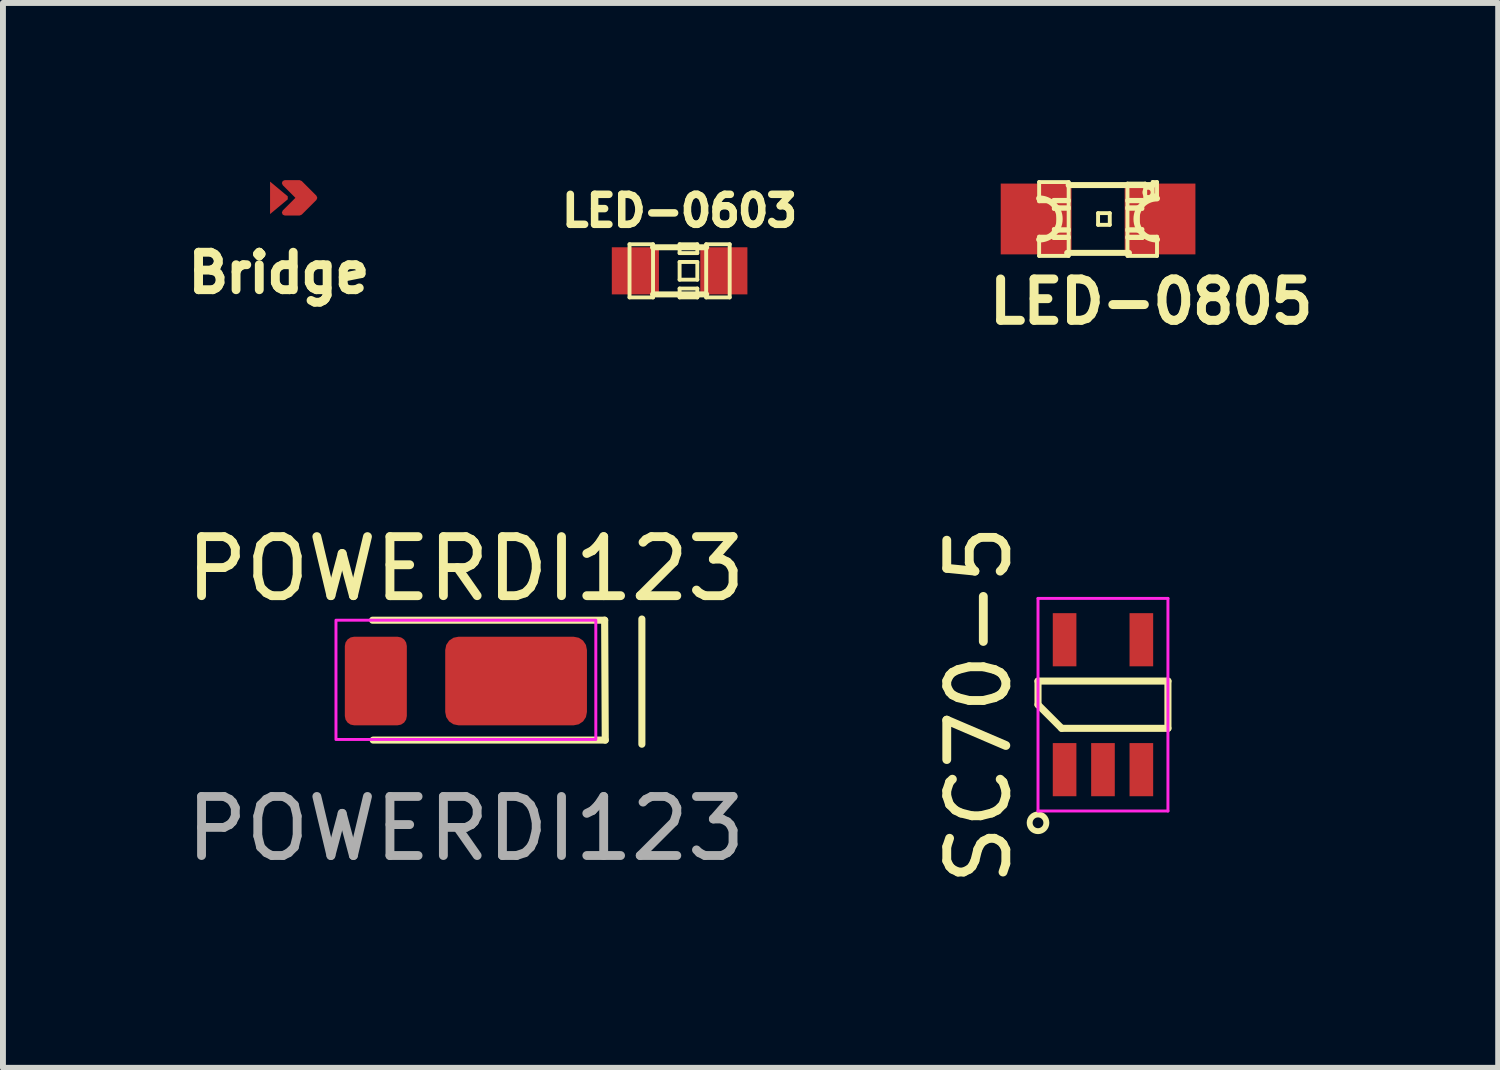
<source format=kicad_pcb>
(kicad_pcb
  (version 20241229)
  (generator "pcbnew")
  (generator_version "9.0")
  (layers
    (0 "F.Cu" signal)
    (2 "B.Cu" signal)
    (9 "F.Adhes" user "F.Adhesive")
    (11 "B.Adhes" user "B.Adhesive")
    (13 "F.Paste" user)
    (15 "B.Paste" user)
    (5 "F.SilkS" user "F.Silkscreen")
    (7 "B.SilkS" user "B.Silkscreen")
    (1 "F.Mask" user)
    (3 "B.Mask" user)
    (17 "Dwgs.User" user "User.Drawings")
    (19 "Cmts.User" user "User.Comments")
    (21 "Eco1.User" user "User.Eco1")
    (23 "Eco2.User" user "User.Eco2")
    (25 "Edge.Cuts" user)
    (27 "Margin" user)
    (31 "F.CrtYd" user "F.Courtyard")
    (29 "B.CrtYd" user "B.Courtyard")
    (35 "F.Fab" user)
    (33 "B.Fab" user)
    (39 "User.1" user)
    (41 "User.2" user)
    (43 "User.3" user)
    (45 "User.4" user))
  (footprint "LED-0805"
    (layer "F.Cu")
    (at 15.544 0.658)
    (property "Reference" "LED-0805" (at 0.9 1.4 0) (layer "F.SilkS") (effects (font (size 0.7 0.7) (thickness 0.152))))
    (attr smd)
    (fp_line (start -0.998 -0.625) (end -0.998 -0.3) (stroke (width 0.066) (type solid)) (layer "F.SilkS"))
    (fp_line (start -0.998 -0.625) (end -0.498 -0.625) (stroke (width 0.066) (type solid)) (layer "F.SilkS"))
    (fp_line (start -0.998 -0.3) (end -0.498 -0.3) (stroke (width 0.066) (type solid)) (layer "F.SilkS"))
    (fp_line (start -0.998 0.3) (end -0.998 0.625) (stroke (width 0.066) (type solid)) (layer "F.SilkS"))
    (fp_line (start -0.998 0.3) (end -0.498 0.3) (stroke (width 0.066) (type solid)) (layer "F.SilkS"))
    (fp_line (start -0.998 0.625) (end -0.498 0.625) (stroke (width 0.066) (type solid)) (layer "F.SilkS"))
    (fp_line (start -0.749 -0.323) (end -0.749 -0.173) (stroke (width 0.066) (type solid)) (layer "F.SilkS"))
    (fp_line (start -0.749 -0.323) (end -0.498 -0.323) (stroke (width 0.066) (type solid)) (layer "F.SilkS"))
    (fp_line (start -0.749 -0.173) (end -0.498 -0.173) (stroke (width 0.066) (type solid)) (layer "F.SilkS"))
    (fp_line (start -0.749 0.173) (end -0.749 0.323) (stroke (width 0.066) (type solid)) (layer "F.SilkS"))
    (fp_line (start -0.749 0.173) (end -0.498 0.173) (stroke (width 0.066) (type solid)) (layer "F.SilkS"))
    (fp_line (start -0.749 0.323) (end -0.498 0.323) (stroke (width 0.066) (type solid)) (layer "F.SilkS"))
    (fp_line (start -0.673 -0.198) (end -0.673 0.198) (stroke (width 0.066) (type solid)) (layer "F.SilkS"))
    (fp_line (start -0.673 -0.198) (end -0.498 -0.198) (stroke (width 0.066) (type solid)) (layer "F.SilkS"))
    (fp_line (start -0.673 0.198) (end -0.498 0.198) (stroke (width 0.066) (type solid)) (layer "F.SilkS"))
    (fp_line (start -0.498 -0.625) (end -0.498 -0.3) (stroke (width 0.066) (type solid)) (layer "F.SilkS"))
    (fp_line (start -0.498 -0.574) (end 0.925 -0.574) (stroke (width 0.102) (type solid)) (layer "F.SilkS"))
    (fp_line (start -0.498 -0.323) (end -0.498 -0.173) (stroke (width 0.066) (type solid)) (layer "F.SilkS"))
    (fp_line (start -0.498 -0.198) (end -0.498 0.198) (stroke (width 0.066) (type solid)) (layer "F.SilkS"))
    (fp_line (start -0.498 0.173) (end -0.498 0.323) (stroke (width 0.066) (type solid)) (layer "F.SilkS"))
    (fp_line (start -0.498 0.3) (end -0.498 0.625) (stroke (width 0.066) (type solid)) (layer "F.SilkS"))
    (fp_line (start 0 -0.099) (end 0 0.099) (stroke (width 0.066) (type solid)) (layer "F.SilkS"))
    (fp_line (start 0 -0.099) (end 0.198 -0.099) (stroke (width 0.066) (type solid)) (layer "F.SilkS"))
    (fp_line (start 0 0.099) (end 0.198 0.099) (stroke (width 0.066) (type solid)) (layer "F.SilkS"))
    (fp_line (start 0.198 -0.099) (end 0.198 0.099) (stroke (width 0.066) (type solid)) (layer "F.SilkS"))
    (fp_line (start 0.498 -0.599) (end 0.498 -0.3) (stroke (width 0.066) (type solid)) (layer "F.SilkS"))
    (fp_line (start 0.498 -0.599) (end 0.798 -0.599) (stroke (width 0.066) (type solid)) (layer "F.SilkS"))
    (fp_line (start 0.498 -0.323) (end 0.498 -0.173) (stroke (width 0.066) (type solid)) (layer "F.SilkS"))
    (fp_line (start 0.498 -0.323) (end 0.749 -0.323) (stroke (width 0.066) (type solid)) (layer "F.SilkS"))
    (fp_line (start 0.498 -0.3) (end 0.798 -0.3) (stroke (width 0.066) (type solid)) (layer "F.SilkS"))
    (fp_line (start 0.498 -0.198) (end 0.498 0.198) (stroke (width 0.066) (type solid)) (layer "F.SilkS"))
    (fp_line (start 0.498 -0.198) (end 0.673 -0.198) (stroke (width 0.066) (type solid)) (layer "F.SilkS"))
    (fp_line (start 0.498 -0.173) (end 0.749 -0.173) (stroke (width 0.066) (type solid)) (layer "F.SilkS"))
    (fp_line (start 0.498 0.173) (end 0.498 0.323) (stroke (width 0.066) (type solid)) (layer "F.SilkS"))
    (fp_line (start 0.498 0.173) (end 0.749 0.173) (stroke (width 0.066) (type solid)) (layer "F.SilkS"))
    (fp_line (start 0.498 0.198) (end 0.673 0.198) (stroke (width 0.066) (type solid)) (layer "F.SilkS"))
    (fp_line (start 0.498 0.3) (end 0.498 0.625) (stroke (width 0.066) (type solid)) (layer "F.SilkS"))
    (fp_line (start 0.498 0.3) (end 0.998 0.3) (stroke (width 0.066) (type solid)) (layer "F.SilkS"))
    (fp_line (start 0.498 0.323) (end 0.749 0.323) (stroke (width 0.066) (type solid)) (layer "F.SilkS"))
    (fp_line (start 0.498 0.625) (end 0.998 0.625) (stroke (width 0.066) (type solid)) (layer "F.SilkS"))
    (fp_line (start 0.523 0.574) (end -0.523 0.574) (stroke (width 0.102) (type solid)) (layer "F.SilkS"))
    (fp_line (start 0.673 -0.198) (end 0.673 0.198) (stroke (width 0.066) (type solid)) (layer "F.SilkS"))
    (fp_line (start 0.749 -0.323) (end 0.749 -0.173) (stroke (width 0.066) (type solid)) (layer "F.SilkS"))
    (fp_line (start 0.749 0.173) (end 0.749 0.323) (stroke (width 0.066) (type solid)) (layer "F.SilkS"))
    (fp_line (start 0.798 -0.599) (end 0.798 -0.3) (stroke (width 0.066) (type solid)) (layer "F.SilkS"))
    (fp_line (start 0.925 -0.625) (end 0.925 -0.399) (stroke (width 0.066) (type solid)) (layer "F.SilkS"))
    (fp_line (start 0.925 -0.625) (end 0.998 -0.625) (stroke (width 0.066) (type solid)) (layer "F.SilkS"))
    (fp_line (start 0.925 -0.399) (end 0.998 -0.399) (stroke (width 0.066) (type solid)) (layer "F.SilkS"))
    (fp_line (start 0.998 -0.625) (end 0.998 -0.399) (stroke (width 0.066) (type solid)) (layer "F.SilkS"))
    (fp_line (start 0.998 0.3) (end 0.998 0.625) (stroke (width 0.066) (type solid)) (layer "F.SilkS"))
    (fp_arc (start -0.99822 -0.34798) (mid -0.65024 0) (end -0.99822 0.34798) (stroke (width 0.1016) (type solid)) (layer "F.SilkS"))
    (fp_arc (start 0.99822 0.34798) (mid 0.65024 0) (end 0.99822 -0.34798) (stroke (width 0.1016) (type solid)) (layer "F.SilkS"))
    (fp_circle (center 0.848 -0.45) (end 0.899 -0.5) (stroke (width 0.051) (type solid)) (fill no) (layer "F.SilkS"))
    (pad "1" smd rect (at -1.049 0) (size 1.199 1.199) (layers "F.Cu" "F.Mask" "F.Paste"))
    (pad "2" smd rect (at 1.049 0) (size 1.199 1.199) (layers "F.Cu" "F.Mask" "F.Paste")))
  (footprint "POWERDI123"
    (layer "F.Cu")
    (at 4.839 8.482)
    (property "Reference" "POWERDI123" (at 0 -1.9 0) (unlocked yes) (layer "F.SilkS") (effects (font (size 1 1) (thickness 0.15))))
    (attr smd)
    (fp_line (start -1.58 -1.03) (end 2.35 -1.03) (stroke (width 0.12) (type default)) (layer "F.SilkS"))
    (fp_line (start 2.35 -1.03) (end 2.36 1) (stroke (width 0.12) (type default)) (layer "F.SilkS"))
    (fp_line (start 2.36 1) (end -1.57 1) (stroke (width 0.12) (type default)) (layer "F.SilkS"))
    (fp_line (start 2.98 -1.05) (end 2.98 1.07) (stroke (width 0.12) (type default)) (layer "F.SilkS"))
    (fp_rect (start -2.2 -1.03) (end 2.2 0.99) (stroke (width 0.05) (type default)) (fill no) (layer "F.CrtYd"))
    (fp_text user "${REFERENCE}" (at 0 2.5 0) (unlocked yes) (layer "F.Fab") (effects (font (size 1 1) (thickness 0.15))))
    (pad "A" smd roundrect (at -1.525 0) (size 1.05 1.5) (layers "F.Cu" "F.Mask" "F.Paste") (roundrect_rratio 0.15))
    (pad "K" smd roundrect (at 0.85 0) (size 2.4 1.5) (layers "F.Cu" "F.Mask" "F.Paste") (roundrect_rratio 0.15)))
  (footprint "LED-0603"
    (layer "F.Cu")
    (at 8.458 1.536)
    (property "Reference" "LED-0603" (at 0 -1.016 0) (layer "F.SilkS") (effects (font (size 0.508 0.508) (thickness 0.127))))
    (attr smd)
    (fp_line (start -0.848 -0.45) (end -0.848 0.45) (stroke (width 0.066) (type solid)) (layer "F.SilkS"))
    (fp_line (start -0.848 -0.45) (end -0.45 -0.45) (stroke (width 0.066) (type solid)) (layer "F.SilkS"))
    (fp_line (start -0.848 0.45) (end -0.45 0.45) (stroke (width 0.066) (type solid)) (layer "F.SilkS"))
    (fp_line (start -0.45 -0.45) (end -0.45 0.45) (stroke (width 0.066) (type solid)) (layer "F.SilkS"))
    (fp_line (start 0 -0.45) (end 0 -0.3) (stroke (width 0.066) (type solid)) (layer "F.SilkS"))
    (fp_line (start 0 -0.45) (end 0.3 -0.45) (stroke (width 0.066) (type solid)) (layer "F.SilkS"))
    (fp_line (start 0 -0.3) (end 0.3 -0.3) (stroke (width 0.066) (type solid)) (layer "F.SilkS"))
    (fp_line (start 0 -0.15) (end 0 0.15) (stroke (width 0.066) (type solid)) (layer "F.SilkS"))
    (fp_line (start 0 -0.15) (end 0.3 -0.15) (stroke (width 0.066) (type solid)) (layer "F.SilkS"))
    (fp_line (start 0 0.15) (end 0.3 0.15) (stroke (width 0.066) (type solid)) (layer "F.SilkS"))
    (fp_line (start 0 0.3) (end 0 0.45) (stroke (width 0.066) (type solid)) (layer "F.SilkS"))
    (fp_line (start 0 0.3) (end 0.3 0.3) (stroke (width 0.066) (type solid)) (layer "F.SilkS"))
    (fp_line (start 0 0.45) (end 0.3 0.45) (stroke (width 0.066) (type solid)) (layer "F.SilkS"))
    (fp_line (start 0.3 -0.45) (end 0.3 -0.3) (stroke (width 0.066) (type solid)) (layer "F.SilkS"))
    (fp_line (start 0.3 -0.15) (end 0.3 0.15) (stroke (width 0.066) (type solid)) (layer "F.SilkS"))
    (fp_line (start 0.3 0.3) (end 0.3 0.45) (stroke (width 0.066) (type solid)) (layer "F.SilkS"))
    (fp_line (start 0.45 -0.45) (end 0.45 0.45) (stroke (width 0.066) (type solid)) (layer "F.SilkS"))
    (fp_line (start 0.45 -0.45) (end 0.848 -0.45) (stroke (width 0.066) (type solid)) (layer "F.SilkS"))
    (fp_line (start 0.45 -0.399) (end -0.45 -0.399) (stroke (width 0.102) (type solid)) (layer "F.SilkS"))
    (fp_line (start 0.45 0.399) (end -0.45 0.399) (stroke (width 0.102) (type solid)) (layer "F.SilkS"))
    (fp_line (start 0.45 0.45) (end 0.848 0.45) (stroke (width 0.066) (type solid)) (layer "F.SilkS"))
    (fp_line (start 0.848 -0.45) (end 0.848 0.45) (stroke (width 0.066) (type solid)) (layer "F.SilkS"))
    (pad "1" smd rect (at -0.749 0) (size 0.798 0.798) (layers "F.Cu" "F.Mask" "F.Paste"))
    (pad "2" smd rect (at 0.749 0) (size 0.798 0.798) (layers "F.Cu" "F.Mask" "F.Paste")))
  (footprint "Bridge"
    (layer "F.Cu")
    (at 1.673 0.3)
    (property "Reference" "Bridge" (at 0 1.27 0) (layer "F.SilkS") (effects (font (size 0.635 0.635) (thickness 0.15))))
    (attr smd)
    (fp_poly (pts (xy 0.3 0.2) (xy -0.1 0.2) (xy -0.1 -0.2) (xy 0.3 -0.2)) (stroke (width 0.1) (type solid)) (fill yes) (layer "F.Mask"))
    (pad "1" smd trapezoid (at 0 0) (size 0.3 0.3) (rect_delta 0.25 0) (layers "F.Cu" "F.Mask" "F.Paste"))
    (pad "2" smd custom (at 0.35 0) (size 0.1 0.1) (layers "F.Cu" "F.Mask" "F.Paste") (options (anchor rect)) (primitives (gr_poly (pts (xy 0 0.25) (xy 0.25 0) (xy 0 -0.25) (xy -0.25 -0.25) (xy 0 0) (xy -0.25 0.25)) (width 0.1) (fill yes)))))
  (footprint "SC70-5"
    (layer "F.Cu")
    (at 15.627 8.883)
    (property "Reference" "SC70-5" (at -2.1 0 90) (layer "F.SilkS") (effects (font (size 1 1) (thickness 0.15))))
    (attr smd)
    (fp_line (start -1.1 -0.4) (end 1.1 -0.4) (stroke (width 0.12) (type default)) (layer "F.SilkS"))
    (fp_line (start -1.1 0) (end -1.1 -0.4) (stroke (width 0.12) (type default)) (layer "F.SilkS"))
    (fp_line (start -0.7 0.4) (end -1.1 0) (stroke (width 0.12) (type default)) (layer "F.SilkS"))
    (fp_line (start 1.1 -0.4) (end 1.1 0.4) (stroke (width 0.12) (type default)) (layer "F.SilkS"))
    (fp_line (start 1.1 0.4) (end -0.7 0.4) (stroke (width 0.12) (type default)) (layer "F.SilkS"))
    (fp_circle (center -1.1 2) (end -1 2.1) (stroke (width 0.1) (type default)) (fill no) (layer "F.SilkS"))
    (fp_line (start -1.1 -1.8) (end 1.1 -1.8) (stroke (width 0.05) (type default)) (layer "F.CrtYd"))
    (fp_line (start -1.1 1.8) (end -1.1 -1.8) (stroke (width 0.05) (type default)) (layer "F.CrtYd"))
    (fp_line (start 1.1 -1.8) (end 1.1 1.8) (stroke (width 0.05) (type default)) (layer "F.CrtYd"))
    (fp_line (start 1.1 1.8) (end -1.1 1.8) (stroke (width 0.05) (type default)) (layer "F.CrtYd"))
    (pad "1" smd rect (at -0.65 1.1) (size 0.4 0.9) (layers "F.Cu" "F.Mask" "F.Paste"))
    (pad "2" smd rect (at 0 1.1) (size 0.4 0.9) (layers "F.Cu" "F.Mask" "F.Paste"))
    (pad "3" smd rect (at 0.65 1.1) (size 0.4 0.9) (layers "F.Cu" "F.Mask" "F.Paste"))
    (pad "4" smd rect (at 0.65 -1.1) (size 0.4 0.9) (layers "F.Cu" "F.Mask" "F.Paste"))
    (pad "5" smd rect (at -0.65 -1.1) (size 0.4 0.9) (layers "F.Cu" "F.Mask" "F.Paste")))
  (gr_rect
    (start -3 -3)
    (end 22.319 15.032)
    (stroke (width 0.1) (type default))
    (fill no)
    (layer "Edge.Cuts")))
</source>
